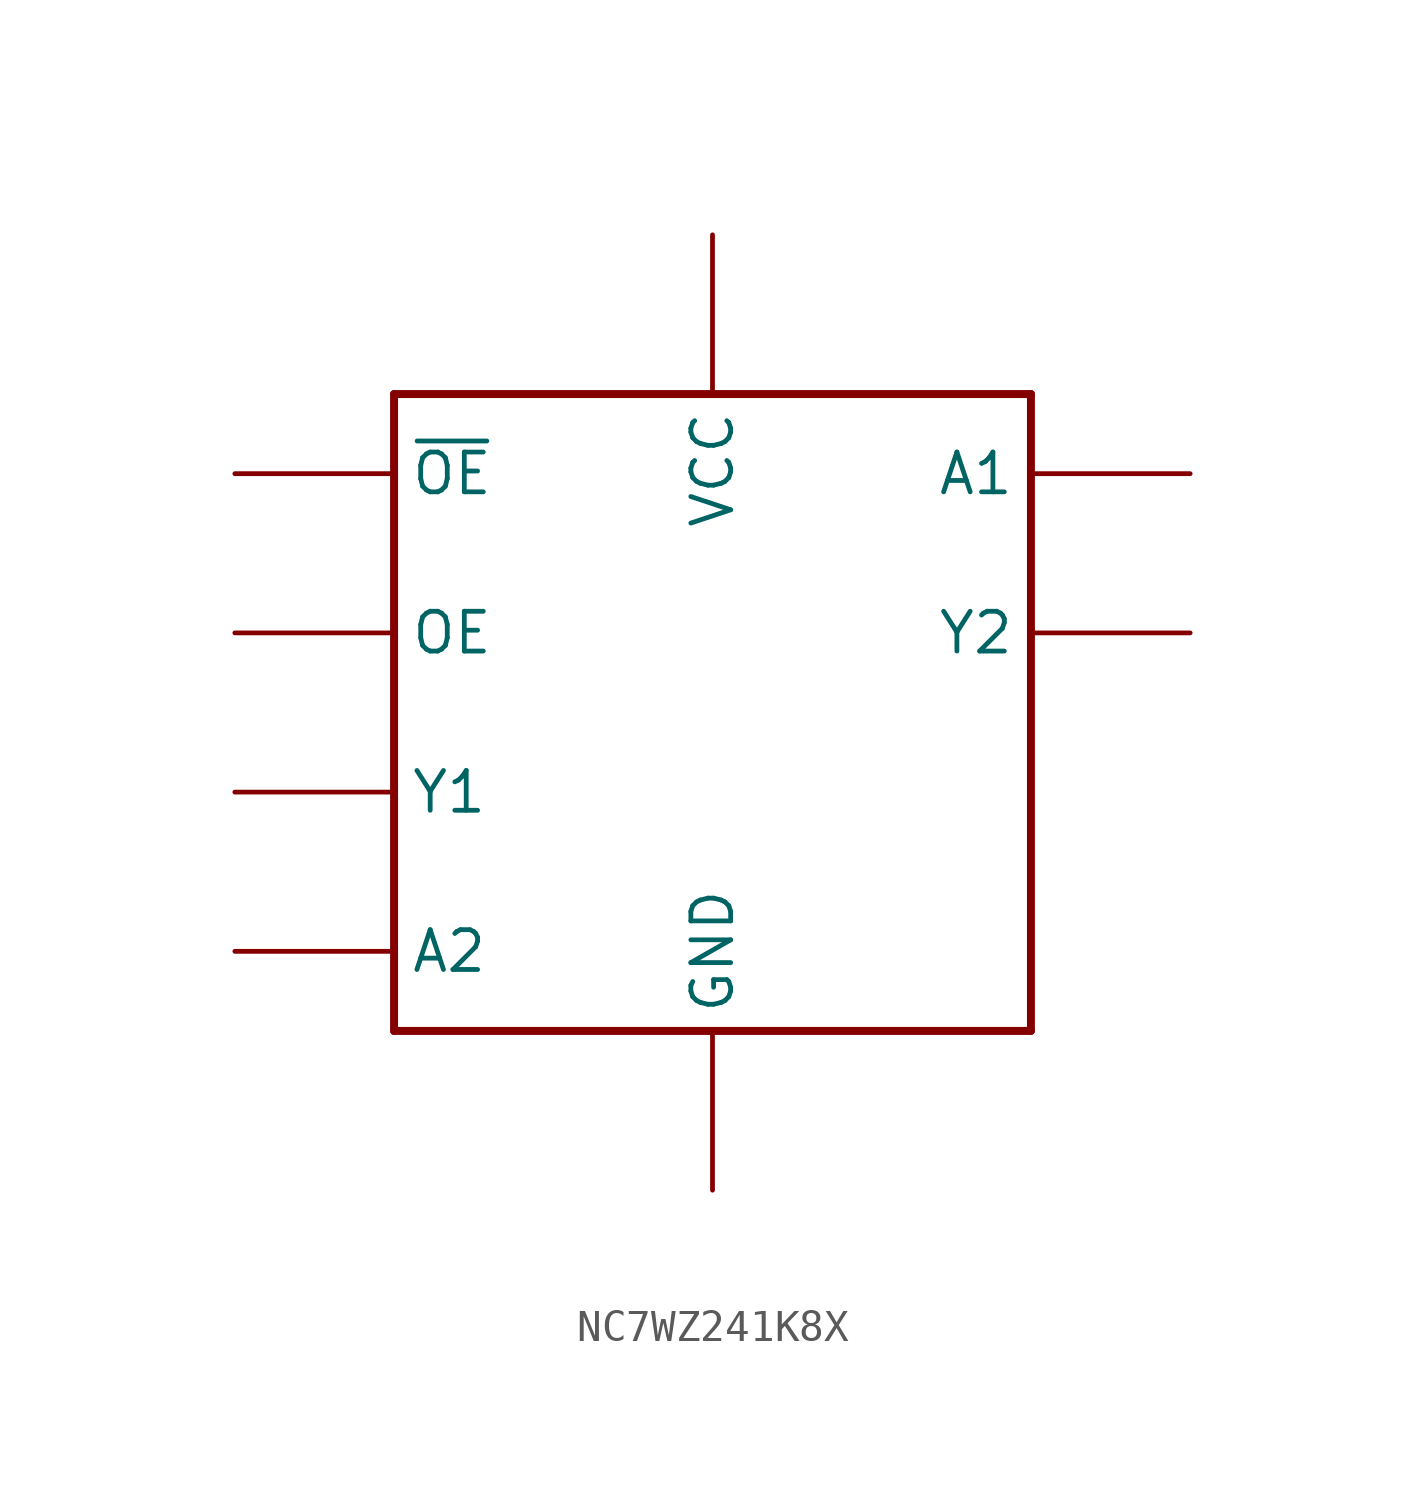
<source format=kicad_sym>
(kicad_symbol_lib
  (version 20231120)
  (generator "kicad_symbol_editor")
  (generator_version "8.0")
  (symbol "NC7WZ241K8X"
    (property "Reference" ""
      (at 22.86 17.78 0)
      (effects (font (size 2.083 1.77)) (justify left bottom) (hide yes)))
    (property "Value" ""
      (at 22.86 -10.16 0)
      (effects (font (size 2.083 1.77)) (justify left bottom)))
    (property "ki_locked" ""
      (at 0 0 0)
      (effects (font (size 1.27 1.27))))
    (symbol "NC7WZ241K8X_1_0"
      (polyline (pts (xy 5.08 -5.08) (xy 25.4 -5.08)) (stroke (width 0.254) (type solid)) (fill (type none)))
      (polyline (pts (xy 5.08 15.24) (xy 5.08 -5.08)) (stroke (width 0.254) (type solid)) (fill (type none)))
      (polyline (pts (xy 25.4 -5.08) (xy 25.4 15.24)) (stroke (width 0.254) (type solid)) (fill (type none)))
      (polyline (pts (xy 25.4 15.24) (xy 5.08 15.24)) (stroke (width 0.254) (type solid)) (fill (type none)))
      (pin power_in line (at 0 12.7 0) (length 5.08) (name "~{OE}" (effects (font (size 1.27 1.27)))) (number "!OE" (effects (font (size 0 0)))))
      (pin power_in line (at 30.48 12.7 180) (length 5.08) (name "A1" (effects (font (size 1.27 1.27)))) (number "A1" (effects (font (size 0 0)))))
      (pin power_in line (at 0 -2.54 0) (length 5.08) (name "A2" (effects (font (size 1.27 1.27)))) (number "A2" (effects (font (size 0 0)))))
      (pin power_in line (at 15.24 -10.16 90) (length 5.08) (name "GND" (effects (font (size 1.27 1.27)))) (number "GND" (effects (font (size 0 0)))))
      (pin power_in line (at 0 7.62 0) (length 5.08) (name "OE" (effects (font (size 1.27 1.27)))) (number "OE" (effects (font (size 0 0)))))
      (pin power_in line (at 15.24 20.32 270) (length 5.08) (name "VCC" (effects (font (size 1.27 1.27)))) (number "VCC" (effects (font (size 0 0)))))
      (pin power_in line (at 0 2.54 0) (length 5.08) (name "Y1" (effects (font (size 1.27 1.27)))) (number "Y1" (effects (font (size 0 0)))))
      (pin power_in line (at 30.48 7.62 180) (length 5.08) (name "Y2" (effects (font (size 1.27 1.27)))) (number "Y2" (effects (font (size 0 0))))))))
</source>
